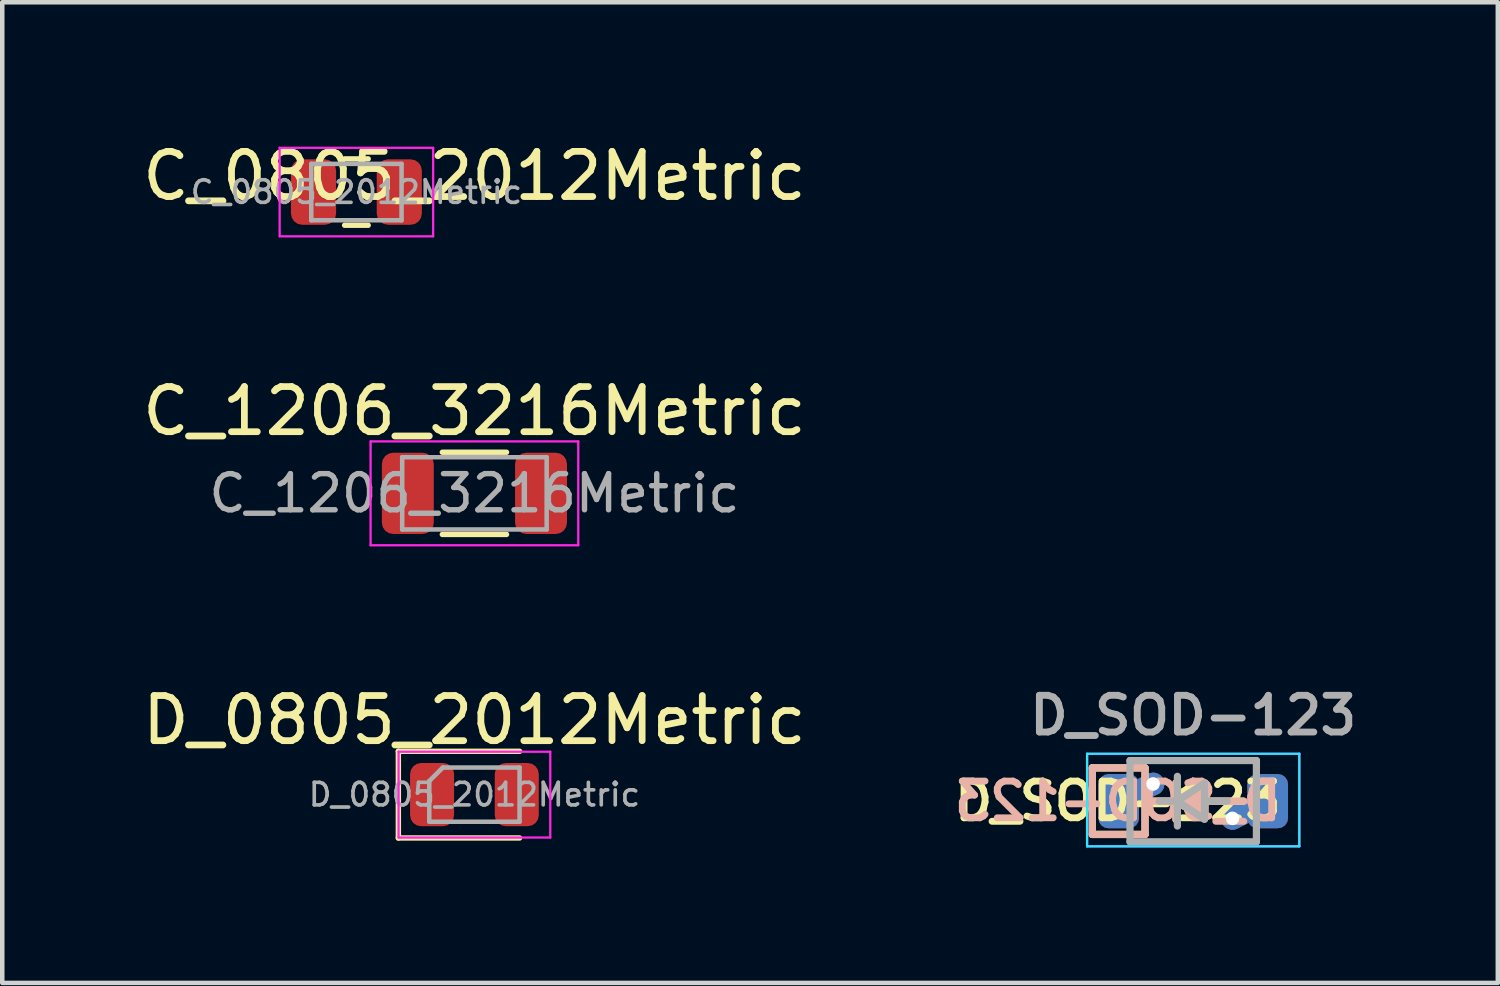
<source format=kicad_pcb>
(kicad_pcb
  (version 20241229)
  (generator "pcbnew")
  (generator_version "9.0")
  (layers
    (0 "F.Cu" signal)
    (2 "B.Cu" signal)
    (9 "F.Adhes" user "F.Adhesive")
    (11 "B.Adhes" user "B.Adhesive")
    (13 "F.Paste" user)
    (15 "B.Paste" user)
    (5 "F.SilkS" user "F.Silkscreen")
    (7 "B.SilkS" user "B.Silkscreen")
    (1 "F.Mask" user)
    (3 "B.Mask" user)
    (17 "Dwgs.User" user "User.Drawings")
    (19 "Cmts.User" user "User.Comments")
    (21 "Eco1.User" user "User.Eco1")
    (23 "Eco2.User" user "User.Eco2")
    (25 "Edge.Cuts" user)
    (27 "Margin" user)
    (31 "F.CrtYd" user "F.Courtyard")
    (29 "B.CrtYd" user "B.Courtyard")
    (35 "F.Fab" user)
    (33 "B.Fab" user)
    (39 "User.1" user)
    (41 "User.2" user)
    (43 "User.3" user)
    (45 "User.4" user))
  (footprint "D_0805_2012Metric"
    (layer "F.Cu")
    (at 7.458 14.55)
    (property "Reference" "D_0805_2012Metric" (at 0 -1.65 0) (layer "F.SilkS") (effects (font (size 1 1) (thickness 0.15))))
    (attr smd)
    (fp_line (start -1.685 -0.96) (end -1.685 0.96) (stroke (width 0.12) (type solid)) (layer "F.SilkS"))
    (fp_line (start -1.685 0.96) (end 1 0.96) (stroke (width 0.12) (type solid)) (layer "F.SilkS"))
    (fp_line (start 1 -0.96) (end -1.685 -0.96) (stroke (width 0.12) (type solid)) (layer "F.SilkS"))
    (fp_line (start -1.68 -0.95) (end 1.68 -0.95) (stroke (width 0.05) (type solid)) (layer "F.CrtYd"))
    (fp_line (start -1.68 0.95) (end -1.68 -0.95) (stroke (width 0.05) (type solid)) (layer "F.CrtYd"))
    (fp_line (start 1.68 -0.95) (end 1.68 0.95) (stroke (width 0.05) (type solid)) (layer "F.CrtYd"))
    (fp_line (start 1.68 0.95) (end -1.68 0.95) (stroke (width 0.05) (type solid)) (layer "F.CrtYd"))
    (fp_line (start -1 -0.3) (end -1 0.6) (stroke (width 0.1) (type solid)) (layer "F.Fab"))
    (fp_line (start -1 0.6) (end 1 0.6) (stroke (width 0.1) (type solid)) (layer "F.Fab"))
    (fp_line (start -0.7 -0.6) (end -1 -0.3) (stroke (width 0.1) (type solid)) (layer "F.Fab"))
    (fp_line (start 1 -0.6) (end -0.7 -0.6) (stroke (width 0.1) (type solid)) (layer "F.Fab"))
    (fp_line (start 1 0.6) (end 1 -0.6) (stroke (width 0.1) (type solid)) (layer "F.Fab"))
    (fp_text user "${REFERENCE}" (at 0 0 0) (layer "F.Fab") (effects (font (size 0.5 0.5) (thickness 0.08))))
    (pad "1" smd roundrect (at -0.938 0) (size 0.975 1.4) (layers "F.Cu" "F.Mask" "F.Paste") (roundrect_rratio 0.25))
    (pad "2" smd roundrect (at 0.938 0) (size 0.975 1.4) (layers "F.Cu" "F.Mask" "F.Paste") (roundrect_rratio 0.25)))
  (footprint "C_0805_2012Metric"
    (layer "F.Cu")
    (at 4.844 1.204)
    (property "Reference" "C_0805_2012Metric" (at 2.615 -0.356 180) (layer "F.SilkS") (effects (font (size 1 1) (thickness 0.15))))
    (attr smd)
    (fp_line (start -0.261 -0.735) (end 0.261 -0.735) (stroke (width 0.12) (type solid)) (layer "F.SilkS"))
    (fp_line (start -0.261 0.735) (end 0.261 0.735) (stroke (width 0.12) (type solid)) (layer "F.SilkS"))
    (fp_line (start -1.7 -0.98) (end 1.7 -0.98) (stroke (width 0.05) (type solid)) (layer "F.CrtYd"))
    (fp_line (start -1.7 0.98) (end -1.7 -0.98) (stroke (width 0.05) (type solid)) (layer "F.CrtYd"))
    (fp_line (start 1.7 -0.98) (end 1.7 0.98) (stroke (width 0.05) (type solid)) (layer "F.CrtYd"))
    (fp_line (start 1.7 0.98) (end -1.7 0.98) (stroke (width 0.05) (type solid)) (layer "F.CrtYd"))
    (fp_line (start -1 -0.625) (end 1 -0.625) (stroke (width 0.1) (type solid)) (layer "F.Fab"))
    (fp_line (start -1 0.625) (end -1 -0.625) (stroke (width 0.1) (type solid)) (layer "F.Fab"))
    (fp_line (start 1 -0.625) (end 1 0.625) (stroke (width 0.1) (type solid)) (layer "F.Fab"))
    (fp_line (start 1 0.625) (end -1 0.625) (stroke (width 0.1) (type solid)) (layer "F.Fab"))
    (fp_text user "${REFERENCE}" (at 0 0 180) (layer "F.Fab") (effects (font (size 0.5 0.5) (thickness 0.08))))
    (pad "1" smd roundrect (at -0.95 0) (size 1 1.45) (layers "F.Cu" "F.Mask" "F.Paste") (roundrect_rratio 0.25))
    (pad "2" smd roundrect (at 0.95 0) (size 1 1.45) (layers "F.Cu" "F.Mask" "F.Paste") (roundrect_rratio 0.25)))
  (footprint "D_SOD-123"
    (layer "F.Cu")
    (at 23.378 14.695)
    (property "Reference" "D_SOD-123" (at 2.032 0 0) (layer "F.SilkS") (effects (font (size 0.813 0.813) (thickness 0.152)) (justify right)))
    (attr smd exclude_from_pos_files exclude_from_bom)
    (fp_line (start -2.235 -0.737) (end -1.067 -0.737) (stroke (width 0.16) (type solid)) (layer "F.SilkS"))
    (fp_line (start -2.235 0.737) (end -2.235 -0.737) (stroke (width 0.16) (type solid)) (layer "F.SilkS"))
    (fp_line (start -1.067 -0.737) (end -1.067 0.737) (stroke (width 0.16) (type solid)) (layer "F.SilkS"))
    (fp_line (start -1.067 0.737) (end -2.235 0.737) (stroke (width 0.16) (type solid)) (layer "F.SilkS"))
    (fp_line (start -1.041 0) (end -0.381 0) (stroke (width 0.16) (type solid)) (layer "F.SilkS"))
    (fp_line (start -0.381 -0.406) (end -0.381 0.406) (stroke (width 0.16) (type solid)) (layer "F.SilkS"))
    (fp_line (start -0.381 0) (end 0.254 -0.381) (stroke (width 0.16) (type solid)) (layer "F.SilkS"))
    (fp_line (start 0.254 -0.381) (end 0.254 0.381) (stroke (width 0.16) (type solid)) (layer "F.SilkS"))
    (fp_line (start 0.254 0) (end 1.118 0) (stroke (width 0.16) (type solid)) (layer "F.SilkS"))
    (fp_line (start 0.254 0.381) (end -0.381 0) (stroke (width 0.16) (type solid)) (layer "F.SilkS"))
    (fp_poly (pts (xy 0.254 0.381) (xy -0.381 0) (xy 0.254 -0.381)) (stroke (width 0.16) (type solid)) (fill yes) (layer "F.SilkS"))
    (fp_line (start -2.235 -0.737) (end -2.235 0.737) (stroke (width 0.16) (type solid)) (layer "B.SilkS"))
    (fp_line (start -2.235 0.737) (end -1.067 0.737) (stroke (width 0.16) (type solid)) (layer "B.SilkS"))
    (fp_line (start -1.067 -0.737) (end -2.235 -0.737) (stroke (width 0.16) (type solid)) (layer "B.SilkS"))
    (fp_line (start -1.067 0.737) (end -1.067 -0.737) (stroke (width 0.16) (type solid)) (layer "B.SilkS"))
    (fp_line (start -1.041 0) (end -0.381 0) (stroke (width 0.16) (type solid)) (layer "B.SilkS"))
    (fp_line (start -0.381 0) (end 0.254 0.381) (stroke (width 0.16) (type solid)) (layer "B.SilkS"))
    (fp_line (start -0.381 0.406) (end -0.381 -0.406) (stroke (width 0.16) (type solid)) (layer "B.SilkS"))
    (fp_line (start 0.254 -0.381) (end -0.381 0) (stroke (width 0.16) (type solid)) (layer "B.SilkS"))
    (fp_line (start 0.254 0) (end 1.118 0) (stroke (width 0.16) (type solid)) (layer "B.SilkS"))
    (fp_line (start 0.254 0.381) (end 0.254 -0.381) (stroke (width 0.16) (type solid)) (layer "B.SilkS"))
    (fp_poly (pts (xy 0.254 -0.381) (xy -0.381 0) (xy 0.254 0.381)) (stroke (width 0.16) (type solid)) (fill yes) (layer "B.SilkS"))
    (fp_line (start -2.35 -1.05) (end -2.35 1) (stroke (width 0.05) (type solid)) (layer "B.CrtYd"))
    (fp_line (start -2.35 -1.05) (end 2.35 -1.05) (stroke (width 0.05) (type solid)) (layer "B.CrtYd"))
    (fp_line (start 2.35 -1.05) (end 2.35 1) (stroke (width 0.05) (type solid)) (layer "B.CrtYd"))
    (fp_line (start 2.35 1) (end -2.35 1) (stroke (width 0.05) (type solid)) (layer "B.CrtYd"))
    (fp_line (start -2.35 -1.05) (end -2.35 1) (stroke (width 0.05) (type solid)) (layer "F.CrtYd"))
    (fp_line (start -2.35 -1.05) (end 2.35 -1.05) (stroke (width 0.05) (type solid)) (layer "F.CrtYd"))
    (fp_line (start 2.35 -1.05) (end 2.35 1) (stroke (width 0.05) (type solid)) (layer "F.CrtYd"))
    (fp_line (start 2.35 1) (end -2.35 1) (stroke (width 0.05) (type solid)) (layer "F.CrtYd"))
    (fp_line (start -1.4 -0.9) (end 1.4 -0.9) (stroke (width 0.16) (type solid)) (layer "F.Fab"))
    (fp_line (start -1.4 0.9) (end -1.4 -0.9) (stroke (width 0.16) (type solid)) (layer "F.Fab"))
    (fp_line (start -0.75 0) (end -0.35 0) (stroke (width 0.16) (type solid)) (layer "F.Fab"))
    (fp_line (start -0.35 0) (end -0.35 -0.55) (stroke (width 0.16) (type solid)) (layer "F.Fab"))
    (fp_line (start -0.35 0) (end -0.35 0.55) (stroke (width 0.16) (type solid)) (layer "F.Fab"))
    (fp_line (start -0.35 0) (end 0.25 -0.4) (stroke (width 0.16) (type solid)) (layer "F.Fab"))
    (fp_line (start 0.25 -0.4) (end 0.25 0.4) (stroke (width 0.16) (type solid)) (layer "F.Fab"))
    (fp_line (start 0.25 0) (end 0.75 0) (stroke (width 0.16) (type solid)) (layer "F.Fab"))
    (fp_line (start 0.25 0.4) (end -0.35 0) (stroke (width 0.16) (type solid)) (layer "F.Fab"))
    (fp_line (start 1.4 -0.9) (end 1.4 0.9) (stroke (width 0.16) (type solid)) (layer "F.Fab"))
    (fp_line (start 1.4 0.9) (end -1.4 0.9) (stroke (width 0.16) (type solid)) (layer "F.Fab"))
    (fp_text user "${REFERENCE}" (at 2.032 0 0) (layer "B.SilkS") (effects (font (size 0.813 0.813) (thickness 0.152)) (justify left mirror)))
    (fp_text user "${REFERENCE}" (at 0 -1.9 0) (layer "F.Fab") (effects (font (size 0.813 0.813) (thickness 0.152))))
    (pad "1" smd roundrect (at -1.651 0 180) (size 0.9 1.2) (layers "B.Cu" "B.Mask" "B.Paste") (roundrect_rratio 0.25))
    (pad "1" smd roundrect (at -1.65 0 180) (size 0.9 1.2) (layers "F.Cu" "F.Mask" "F.Paste") (roundrect_rratio 0.25))
    (pad "1" smd custom (at -0.889 -0.381 180) (size 0.01 0.01) (layers "F.Cu") (options (anchor circle)) (primitives (gr_line (start 0.762 -0.381) (end 0 0) (width 0.5))))
    (pad "1" smd custom (at -0.889 -0.381 180) (size 0.01 0.01) (layers "B.Cu") (options (anchor circle)) (primitives (gr_line (start 0.762 -0.381) (end 0 0) (width 0.5))))
    (pad "1" thru_hole circle (at -0.889 -0.381 180) (size 0.5 0.5) (drill 0.3) (layers "*.Cu"))
    (pad "2" smd custom (at 0.87 0.381 180) (size 0.01 0.01) (layers "F.Cu") (options (anchor circle)) (primitives (gr_line (start -0.761 0.381) (end 0.001 0) (width 0.5))))
    (pad "2" smd custom (at 0.87 0.381 180) (size 0.01 0.01) (layers "B.Cu") (options (anchor circle)) (primitives (gr_line (start -0.761 0.381) (end 0.001 0) (width 0.5))))
    (pad "2" thru_hole circle (at 0.87 0.381 180) (size 0.5 0.5) (drill 0.3) (layers "*.Cu"))
    (pad "2" smd roundrect (at 1.65 0 180) (size 0.9 1.2) (layers "F.Cu" "F.Mask" "F.Paste") (roundrect_rratio 0.25))
    (pad "2" smd roundrect (at 1.65 0 180) (size 0.9 1.2) (layers "B.Cu" "B.Mask" "B.Paste") (roundrect_rratio 0.25)))
  (footprint "C_1206_3216Metric"
    (layer "F.Cu")
    (at 7.458 7.877)
    (property "Reference" "C_1206_3216Metric" (at 0 -1.82 0) (layer "F.SilkS") (effects (font (size 1 1) (thickness 0.15))))
    (attr smd)
    (fp_line (start -0.711 -0.91) (end 0.711 -0.91) (stroke (width 0.12) (type solid)) (layer "F.SilkS"))
    (fp_line (start -0.711 0.91) (end 0.711 0.91) (stroke (width 0.12) (type solid)) (layer "F.SilkS"))
    (fp_line (start -2.3 -1.15) (end 2.3 -1.15) (stroke (width 0.05) (type solid)) (layer "F.CrtYd"))
    (fp_line (start -2.3 1.15) (end -2.3 -1.15) (stroke (width 0.05) (type solid)) (layer "F.CrtYd"))
    (fp_line (start 2.3 -1.15) (end 2.3 1.15) (stroke (width 0.05) (type solid)) (layer "F.CrtYd"))
    (fp_line (start 2.3 1.15) (end -2.3 1.15) (stroke (width 0.05) (type solid)) (layer "F.CrtYd"))
    (fp_line (start -1.6 -0.8) (end 1.6 -0.8) (stroke (width 0.1) (type solid)) (layer "F.Fab"))
    (fp_line (start -1.6 0.8) (end -1.6 -0.8) (stroke (width 0.1) (type solid)) (layer "F.Fab"))
    (fp_line (start 1.6 -0.8) (end 1.6 0.8) (stroke (width 0.1) (type solid)) (layer "F.Fab"))
    (fp_line (start 1.6 0.8) (end -1.6 0.8) (stroke (width 0.1) (type solid)) (layer "F.Fab"))
    (fp_text user "${REFERENCE}" (at 0 0 0) (layer "F.Fab") (effects (font (size 0.8 0.8) (thickness 0.12))))
    (pad "1" smd roundrect (at -1.475 0) (size 1.15 1.8) (layers "F.Cu" "F.Mask" "F.Paste") (roundrect_rratio 0.217))
    (pad "2" smd roundrect (at 1.475 0) (size 1.15 1.8) (layers "F.Cu" "F.Mask" "F.Paste") (roundrect_rratio 0.217)))
  (gr_rect
    (start -3 -3)
    (end 30.125 18.72)
    (stroke (width 0.1) (type default))
    (fill no)
    (layer "Edge.Cuts")))
</source>
